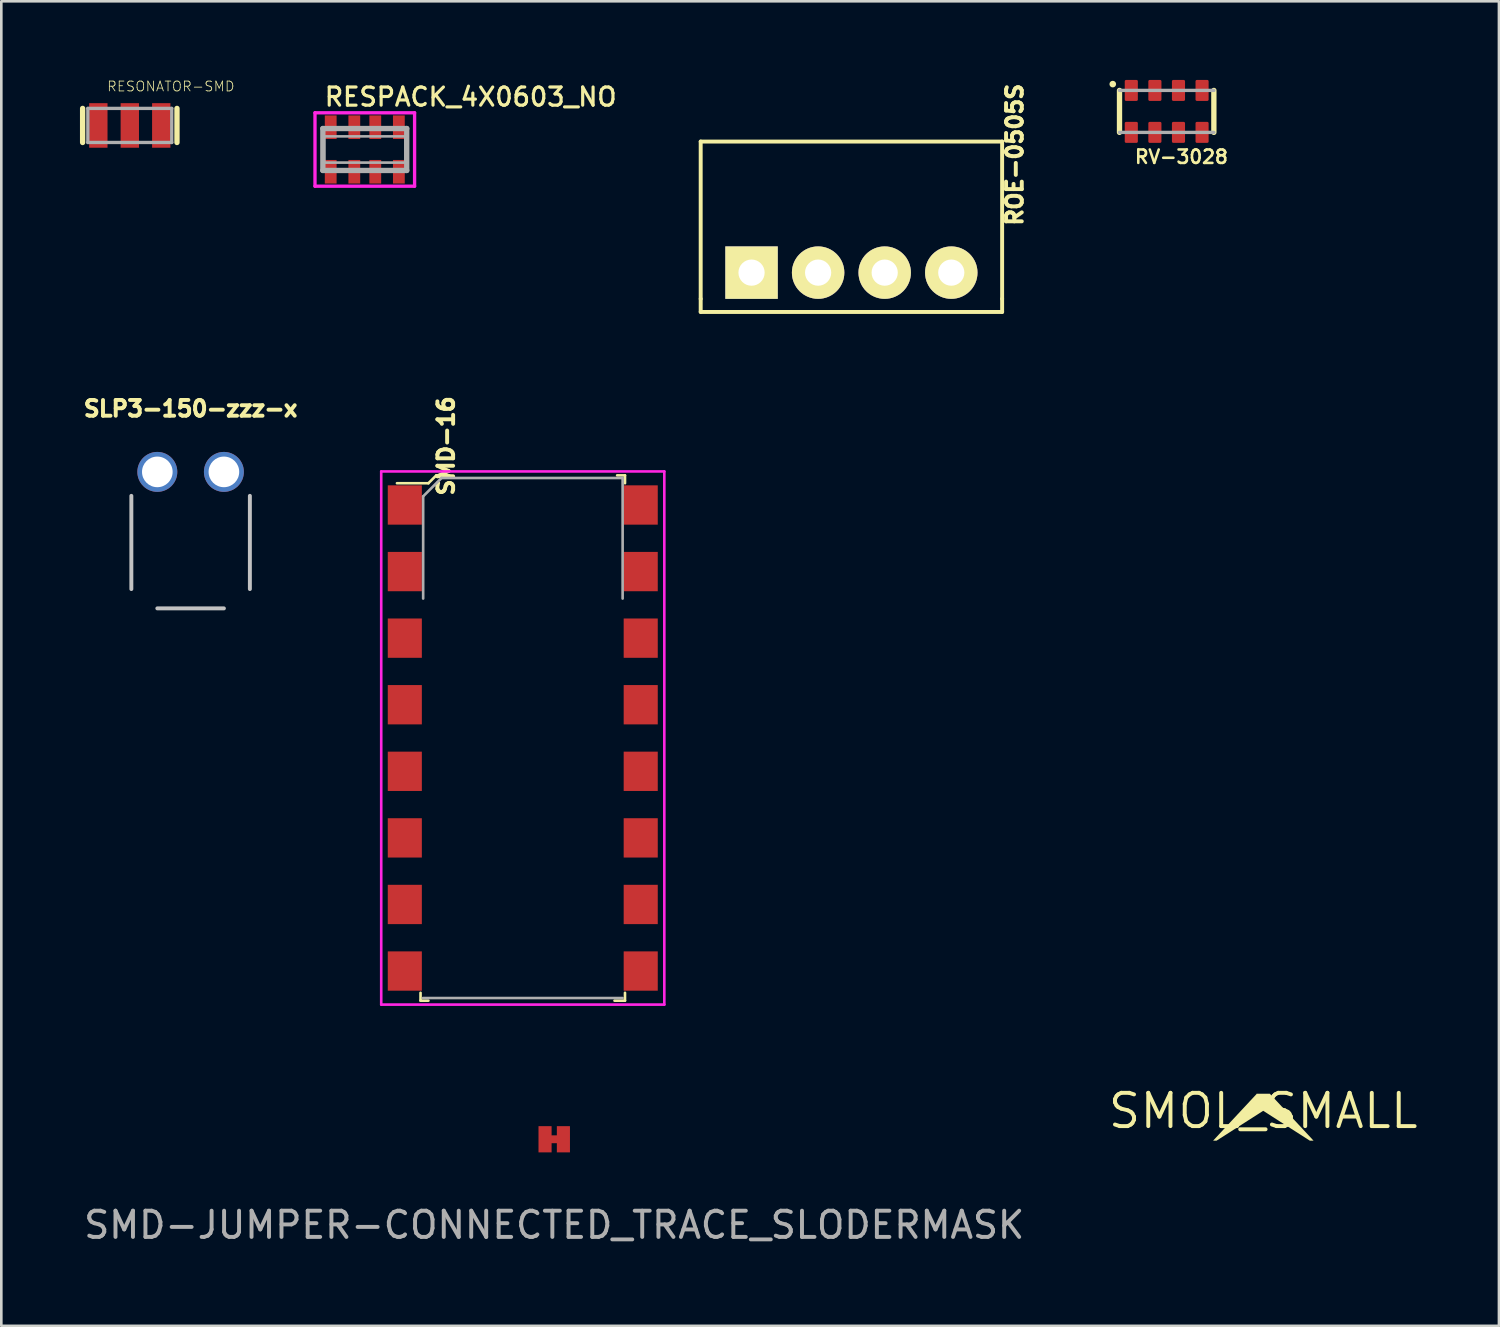
<source format=kicad_pcb>
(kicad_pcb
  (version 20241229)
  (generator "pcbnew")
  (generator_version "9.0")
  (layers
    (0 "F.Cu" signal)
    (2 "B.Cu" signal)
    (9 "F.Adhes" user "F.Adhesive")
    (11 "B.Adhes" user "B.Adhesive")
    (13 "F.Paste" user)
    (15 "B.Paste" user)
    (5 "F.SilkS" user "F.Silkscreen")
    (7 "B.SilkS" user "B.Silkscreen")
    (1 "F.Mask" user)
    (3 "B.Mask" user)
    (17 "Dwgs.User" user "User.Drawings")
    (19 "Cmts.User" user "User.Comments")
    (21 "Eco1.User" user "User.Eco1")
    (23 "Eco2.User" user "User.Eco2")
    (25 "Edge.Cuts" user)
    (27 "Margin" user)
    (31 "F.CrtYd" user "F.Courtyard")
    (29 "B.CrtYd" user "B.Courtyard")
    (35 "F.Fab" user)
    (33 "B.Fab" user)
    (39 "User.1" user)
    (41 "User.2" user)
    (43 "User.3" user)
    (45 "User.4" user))
  (footprint "SLP3-150-zzz-x"
    (layer "F.Cu")
    (at 4.222 20.16)
    (property "Reference" "SLP3-150-zzz-x" (at 0 -7.62 0) (layer "F.SilkS") (effects (font (size 0.6 0.6) (thickness 0.15))))
    (attr through_hole)
    (fp_line (start -2.261 -4.293) (end -2.261 -0.737) (stroke (width 0.15) (type solid)) (layer "Dwgs.User"))
    (fp_line (start -1.27 0) (end 1.27 0) (stroke (width 0.15) (type solid)) (layer "Dwgs.User"))
    (fp_line (start 2.261 -4.293) (end 2.261 -0.737) (stroke (width 0.15) (type solid)) (layer "Dwgs.User"))
    (pad "1" thru_hole circle (at -1.27 -5.207) (size 1.524 1.524) (drill 1.168) (layers "*.Cu" "*.Mask"))
    (pad "2" thru_hole circle (at 1.27 -5.207) (size 1.524 1.524) (drill 1.168) (layers "*.Cu" "*.Mask")))
  (footprint "RESPACK_4X0603_NO"
    (layer "F.Cu")
    (at 10.867 2.653)
    (property "Reference" "RESPACK_4X0603_NO" (at -1.6 -1.6 0) (layer "F.SilkS") (effects (font (size 0.693 0.693) (thickness 0.12)) (justify left bottom)))
    (fp_line (start -1.9 -1.4) (end 1.9 -1.4) (stroke (width 0.127) (type solid)) (layer "F.CrtYd"))
    (fp_line (start -1.9 1.4) (end -1.9 -1.4) (stroke (width 0.127) (type solid)) (layer "F.CrtYd"))
    (fp_line (start -1.9 1.4) (end 1.9 1.4) (stroke (width 0.127) (type solid)) (layer "F.CrtYd"))
    (fp_line (start 1.9 -1.4) (end 1.9 1.4) (stroke (width 0.127) (type solid)) (layer "F.CrtYd"))
    (fp_line (start -1.6 -0.8) (end 1.6 -0.8) (stroke (width 0.203) (type solid)) (layer "F.Fab"))
    (fp_line (start -1.6 0.8) (end -1.6 -0.8) (stroke (width 0.203) (type solid)) (layer "F.Fab"))
    (fp_line (start 1.6 -0.8) (end 1.6 0.8) (stroke (width 0.203) (type solid)) (layer "F.Fab"))
    (fp_line (start 1.6 0.8) (end -1.6 0.8) (stroke (width 0.203) (type solid)) (layer "F.Fab"))
    (fp_poly (pts (xy -1.55 0.5) (xy 1.55 0.5) (xy 1.55 -0.5) (xy -1.55 -0.5)) (stroke (width 0.1) (type default)) (fill no) (layer "F.Fab"))
    (pad "1" smd rect (at -1.3 0.85) (size 0.45 0.9) (layers "F.Cu" "F.Mask" "F.Paste"))
    (pad "2" smd rect (at -0.4 0.85) (size 0.45 0.9) (layers "F.Cu" "F.Mask" "F.Paste"))
    (pad "3" smd rect (at 0.4 0.85) (size 0.45 0.9) (layers "F.Cu" "F.Mask" "F.Paste"))
    (pad "4" smd rect (at 1.3 0.85) (size 0.45 0.9) (layers "F.Cu" "F.Mask" "F.Paste"))
    (pad "5" smd rect (at 1.3 -0.85) (size 0.45 0.9) (layers "F.Cu" "F.Mask" "F.Paste"))
    (pad "6" smd rect (at 0.4 -0.85) (size 0.45 0.9) (layers "F.Cu" "F.Mask" "F.Paste"))
    (pad "7" smd rect (at -0.4 -0.85) (size 0.45 0.9) (layers "F.Cu" "F.Mask" "F.Paste"))
    (pad "8" smd rect (at -1.3 -0.85) (size 0.45 0.9) (layers "F.Cu" "F.Mask" "F.Paste")))
  (footprint "ROE-0505S"
    (layer "F.Cu")
    (at 29.432 7.351)
    (property "Reference" "ROE-0505S" (at 6.23 -4.5 270) (layer "F.SilkS") (effects (font (size 0.6 0.6) (thickness 0.15))))
    (attr through_hole)
    (fp_line (start -5.75 -5) (end 5.75 -5) (stroke (width 0.15) (type solid)) (layer "F.SilkS"))
    (fp_line (start -5.75 1) (end -5.75 -5) (stroke (width 0.15) (type solid)) (layer "F.SilkS"))
    (fp_line (start -5.75 1) (end -5.75 1.5) (stroke (width 0.15) (type solid)) (layer "F.SilkS"))
    (fp_line (start -5.75 1.5) (end 5.75 1.5) (stroke (width 0.15) (type solid)) (layer "F.SilkS"))
    (fp_line (start 5.75 -5) (end 5.75 1) (stroke (width 0.15) (type solid)) (layer "F.SilkS"))
    (fp_line (start 5.75 1.5) (end 5.75 1) (stroke (width 0.15) (type solid)) (layer "F.SilkS"))
    (pad "1" thru_hole rect (at -3.81 0) (size 2 2) (drill 1) (layers "*.Cu" "*.Mask" "F.SilkS"))
    (pad "2" thru_hole circle (at -1.27 0) (size 2 2) (drill 1) (layers "*.Cu" "*.Mask" "F.SilkS"))
    (pad "3" thru_hole circle (at 1.27 0) (size 2 2) (drill 1) (layers "*.Cu" "*.Mask" "F.SilkS"))
    (pad "4" thru_hole circle (at 3.81 0) (size 2 2) (drill 1) (layers "*.Cu" "*.Mask" "F.SilkS")))
  (footprint "RV-3028"
    (layer "F.Cu")
    (at 41.46 1.2)
    (property "Reference" "RV-3028" (at -1.27 2.032 0) (layer "F.SilkS") (effects (font (size 0.512 0.512) (thickness 0.098)) (justify left bottom)))
    (fp_line (start -1.8 -0.8) (end -1.8 0.8) (stroke (width 0.203) (type solid)) (layer "F.SilkS"))
    (fp_line (start 1.8 0.8) (end 1.8 -0.8) (stroke (width 0.203) (type solid)) (layer "F.SilkS"))
    (fp_circle (center -2.057 -1.041) (end -1.994 -1.041) (stroke (width 0.127) (type solid)) (fill yes) (layer "F.SilkS"))
    (fp_line (start 1.8 -0.8) (end -1.8 -0.8) (stroke (width 0.127) (type solid)) (layer "F.Fab"))
    (fp_line (start 1.8 0.8) (end -1.8 0.8) (stroke (width 0.127) (type solid)) (layer "F.Fab"))
    (pad "1" smd roundrect (at -1.35 0.8) (size 0.5 0.8) (layers "F.Cu" "F.Mask" "F.Paste") (roundrect_rratio 0.102))
    (pad "2" smd roundrect (at -0.45 0.8) (size 0.5 0.8) (layers "F.Cu" "F.Mask" "F.Paste") (roundrect_rratio 0.102))
    (pad "3" smd roundrect (at 0.45 0.8) (size 0.5 0.8) (layers "F.Cu" "F.Mask" "F.Paste") (roundrect_rratio 0.102))
    (pad "4" smd roundrect (at 1.35 0.8) (size 0.5 0.8) (layers "F.Cu" "F.Mask" "F.Paste") (roundrect_rratio 0.102))
    (pad "5" smd roundrect (at 1.35 -0.8) (size 0.5 0.8) (layers "F.Cu" "F.Mask" "F.Paste") (roundrect_rratio 0.102))
    (pad "6" smd roundrect (at 0.45 -0.8) (size 0.5 0.8) (layers "F.Cu" "F.Mask" "F.Paste") (roundrect_rratio 0.102))
    (pad "7" smd roundrect (at -0.45 -0.8) (size 0.5 0.8) (layers "F.Cu" "F.Mask" "F.Paste") (roundrect_rratio 0.102))
    (pad "8" smd roundrect (at -1.35 -0.8) (size 0.5 0.8) (layers "F.Cu" "F.Mask" "F.Paste") (roundrect_rratio 0.102)))
  (footprint "SMD-JUMPER-CONNECTED_TRACE_SLODERMASK"
    (layer "F.Cu")
    (at 18.094 40.414)
    (property "Reference" "SMD-JUMPER-CONNECTED_TRACE_SLODERMASK" (at -0.04 -1.24 0) (unlocked yes) (layer "User.1") (effects (font (size 1 1) (thickness 0.15))))
    (fp_poly (pts (xy 0.1 0.1) (xy -0.1 0.1) (xy -0.1 -0.1) (xy 0.1 -0.1)) (stroke (width 0.1) (type solid)) (fill yes) (layer "F.Cu"))
    (fp_text user "${REFERENCE}" (at 0 3.27 0) (unlocked yes) (layer "F.Fab") (effects (font (size 1 1) (thickness 0.15))))
    (pad "1" smd rect (at -0.35 0) (size 0.5 1) (layers "F.Cu" "F.Mask"))
    (pad "2" smd rect (at 0.35 0) (size 0.5 1) (layers "F.Cu" "F.Mask")))
  (footprint "RESONATOR-SMD"
    (layer "F.Cu")
    (at 1.902 1.736)
    (property "Reference" "RESONATOR-SMD" (at -0.889 -1.27 0) (layer "F.SilkS") (effects (font (size 0.376 0.376) (thickness 0.03)) (justify left bottom)))
    (fp_line (start -1.8 0.65) (end -1.8 -0.65) (stroke (width 0.203) (type solid)) (layer "F.SilkS"))
    (fp_line (start 1.8 -0.65) (end 1.8 0.65) (stroke (width 0.203) (type solid)) (layer "F.SilkS"))
    (fp_line (start -1.6 -0.65) (end 1.6 -0.65) (stroke (width 0.127) (type solid)) (layer "F.Fab"))
    (fp_line (start -1.6 0.65) (end -1.6 -0.65) (stroke (width 0.127) (type solid)) (layer "F.Fab"))
    (fp_line (start 1.6 -0.65) (end 1.6 0.65) (stroke (width 0.127) (type solid)) (layer "F.Fab"))
    (fp_line (start 1.6 0.65) (end -1.6 0.65) (stroke (width 0.127) (type solid)) (layer "F.Fab"))
    (pad "1" smd rect (at -1.2 0) (size 0.7 1.7) (layers "F.Cu" "F.Mask" "F.Paste"))
    (pad "2" smd rect (at 0 0) (size 0.7 1.7) (layers "F.Cu" "F.Mask" "F.Paste"))
    (pad "3" smd rect (at 1.2 0) (size 0.7 1.7) (layers "F.Cu" "F.Mask" "F.Paste")))
  (footprint "SMD-16"
    (layer "F.Cu")
    (at 16.894 17.486)
    (property "Reference" "SMD-16" (at -2.927 -3.524 90) (layer "F.SilkS") (effects (font (size 0.6 0.6) (thickness 0.15))))
    (attr through_hole)
    (fp_line (start -3.9 17.34) (end -3.9 17.64) (stroke (width 0.1) (type solid)) (layer "F.SilkS"))
    (fp_line (start -3.9 17.64) (end -3.6 17.64) (stroke (width 0.1) (type solid)) (layer "F.SilkS"))
    (fp_line (start -3.6 -2.1) (end -4.8 -2.1) (stroke (width 0.1) (type solid)) (layer "F.SilkS"))
    (fp_line (start -3.6 -2.1) (end -3.3 -2.4) (stroke (width 0.1) (type solid)) (layer "F.SilkS"))
    (fp_line (start -3.3 -2.4) (end -2.8 -2.4) (stroke (width 0.1) (type solid)) (layer "F.SilkS"))
    (fp_line (start 3.9 -2.4) (end 3.6 -2.4) (stroke (width 0.1) (type solid)) (layer "F.SilkS"))
    (fp_line (start 3.9 -2.1) (end 3.9 -2.4) (stroke (width 0.1) (type solid)) (layer "F.SilkS"))
    (fp_line (start 3.9 17.34) (end 3.9 17.64) (stroke (width 0.1) (type solid)) (layer "F.SilkS"))
    (fp_line (start 3.9 17.64) (end 3.5 17.64) (stroke (width 0.1) (type solid)) (layer "F.SilkS"))
    (fp_line (start -5.4 -2.55) (end 5.4 -2.55) (stroke (width 0.1) (type solid)) (layer "F.CrtYd"))
    (fp_line (start -5.4 17.79) (end -5.4 -2.55) (stroke (width 0.1) (type solid)) (layer "F.CrtYd"))
    (fp_line (start -5.4 17.79) (end 5.4 17.79) (stroke (width 0.1) (type solid)) (layer "F.CrtYd"))
    (fp_line (start 5.4 -2.55) (end 5.4 17.79) (stroke (width 0.1) (type solid)) (layer "F.CrtYd"))
    (fp_line (start -3.81 17.54) (end 3.81 17.54) (stroke (width 0.1) (type solid)) (layer "F.Fab"))
    (fp_line (start -3.8 -1.6) (end -3.8 2.3) (stroke (width 0.1) (type solid)) (layer "F.Fab"))
    (fp_line (start -3.8 -1.6) (end -3.1 -2.3) (stroke (width 0.1) (type solid)) (layer "F.Fab"))
    (fp_line (start -3.1 -2.3) (end 3.8 -2.3) (stroke (width 0.1) (type solid)) (layer "F.Fab"))
    (fp_line (start 3.81 -2.3) (end 3.81 2.3) (stroke (width 0.1) (type solid)) (layer "F.Fab"))
    (pad "1" smd rect (at -4.5 -1.27) (size 1.3 1.5) (layers "F.Cu" "F.Mask" "F.Paste"))
    (pad "2" smd rect (at -4.5 1.27) (size 1.3 1.5) (layers "F.Cu" "F.Mask" "F.Paste"))
    (pad "3" smd rect (at -4.5 3.81) (size 1.3 1.5) (layers "F.Cu" "F.Mask" "F.Paste"))
    (pad "4" smd rect (at -4.5 6.35) (size 1.3 1.5) (layers "F.Cu" "F.Mask" "F.Paste"))
    (pad "5" smd rect (at -4.5 8.89) (size 1.3 1.5) (layers "F.Cu" "F.Mask" "F.Paste"))
    (pad "6" smd rect (at -4.5 11.43) (size 1.3 1.5) (layers "F.Cu" "F.Mask" "F.Paste"))
    (pad "7" smd rect (at -4.5 13.97) (size 1.3 1.5) (layers "F.Cu" "F.Mask" "F.Paste"))
    (pad "8" smd rect (at -4.5 16.51) (size 1.3 1.5) (layers "F.Cu" "F.Mask" "F.Paste"))
    (pad "9" smd rect (at 4.5 16.51) (size 1.3 1.5) (layers "F.Cu" "F.Mask" "F.Paste"))
    (pad "10" smd rect (at 4.5 13.97) (size 1.3 1.5) (layers "F.Cu" "F.Mask" "F.Paste"))
    (pad "11" smd rect (at 4.5 11.43) (size 1.3 1.5) (layers "F.Cu" "F.Mask" "F.Paste"))
    (pad "12" smd rect (at 4.5 8.89) (size 1.3 1.5) (layers "F.Cu" "F.Mask" "F.Paste"))
    (pad "13" smd rect (at 4.5 6.35) (size 1.3 1.5) (layers "F.Cu" "F.Mask" "F.Paste"))
    (pad "14" smd rect (at 4.5 3.81) (size 1.3 1.5) (layers "F.Cu" "F.Mask" "F.Paste"))
    (pad "15" smd rect (at 4.5 1.27) (size 1.3 1.5) (layers "F.Cu" "F.Mask" "F.Paste"))
    (pad "16" smd rect (at 4.5 -1.27) (size 1.3 1.5) (layers "F.Cu" "F.Mask" "F.Paste")))
  (footprint "SMOL_SMALL"
    (layer "F.Cu")
    (at 45.142 39.332)
    (property "Reference" "SMOL_SMALL" (at 0 0 0) (layer "F.SilkS") (effects (font (size 1.27 1.27) (thickness 0.15))))
    (fp_poly (pts (xy 0.264 -0.643) (xy 1.921 1.135) (xy 1.779 1.135) (xy 0 -0.004) (xy -1.779 1.135) (xy -1.911 1.135) (xy -0.255 -0.642) (xy -0.255 -0.655) (xy 0.252 -0.655)) (stroke (width 0) (type default)) (fill yes) (layer "F.SilkS")))
  (gr_rect
    (start -3 -3)
    (end 54.136 47.533)
    (stroke (width 0.1) (type default))
    (fill no)
    (layer "Edge.Cuts")))
</source>
